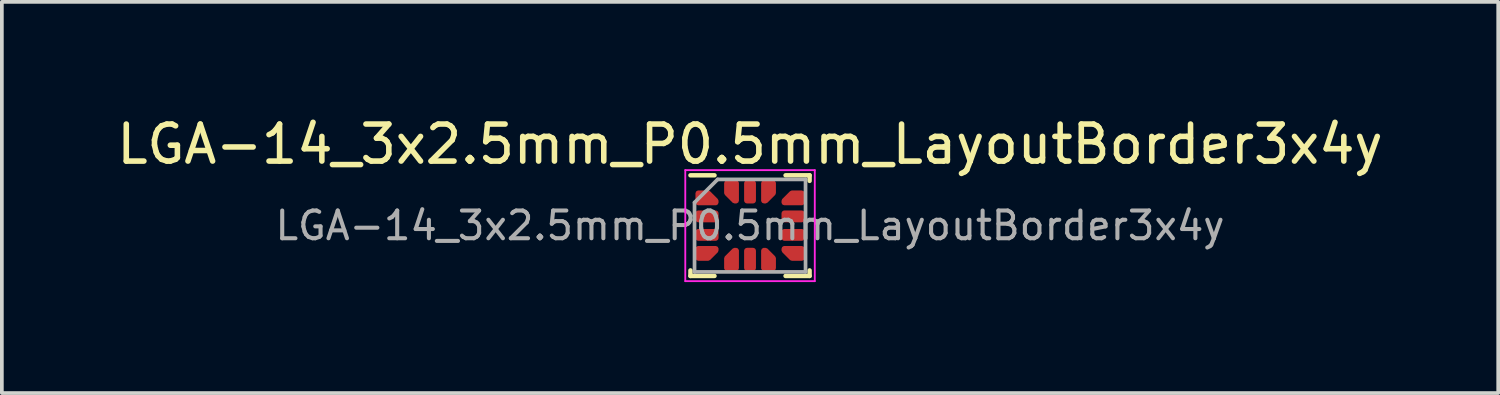
<source format=kicad_pcb>
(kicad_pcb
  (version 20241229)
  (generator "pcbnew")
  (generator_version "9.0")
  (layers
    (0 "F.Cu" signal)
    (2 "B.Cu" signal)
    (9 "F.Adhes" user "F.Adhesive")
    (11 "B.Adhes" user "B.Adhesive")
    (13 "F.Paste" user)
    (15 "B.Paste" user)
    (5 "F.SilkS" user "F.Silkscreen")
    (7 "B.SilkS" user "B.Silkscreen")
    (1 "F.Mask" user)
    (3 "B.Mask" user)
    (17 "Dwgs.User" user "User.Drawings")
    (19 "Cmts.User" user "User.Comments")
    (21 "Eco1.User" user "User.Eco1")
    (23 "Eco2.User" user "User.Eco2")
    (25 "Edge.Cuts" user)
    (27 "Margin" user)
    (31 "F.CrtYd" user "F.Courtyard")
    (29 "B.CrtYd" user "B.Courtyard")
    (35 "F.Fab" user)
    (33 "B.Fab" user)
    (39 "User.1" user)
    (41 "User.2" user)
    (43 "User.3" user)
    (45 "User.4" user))
  (footprint "LGA-14_3x2.5mm_P0.5mm_LayoutBorder3x4y"
    (layer "F.Cu")
    (at 17.22 3.048)
    (property "Reference" "LGA-14_3x2.5mm_P0.5mm_LayoutBorder3x4y" (at 0 -2.2 0) (layer "F.SilkS") (effects (font (size 1 1) (thickness 0.15))))
    (attr smd)
    (fp_line (start -1.61 1.36) (end -1.61 1.21) (stroke (width 0.12) (type solid)) (layer "F.SilkS"))
    (fp_line (start -0.96 -1.36) (end -1.61 -1.36) (stroke (width 0.12) (type solid)) (layer "F.SilkS"))
    (fp_line (start -0.96 1.36) (end -1.61 1.36) (stroke (width 0.12) (type solid)) (layer "F.SilkS"))
    (fp_line (start 0.96 -1.36) (end 1.61 -1.36) (stroke (width 0.12) (type solid)) (layer "F.SilkS"))
    (fp_line (start 0.96 1.36) (end 1.61 1.36) (stroke (width 0.12) (type solid)) (layer "F.SilkS"))
    (fp_line (start 1.61 -1.36) (end 1.61 -1.21) (stroke (width 0.12) (type solid)) (layer "F.SilkS"))
    (fp_line (start 1.61 1.36) (end 1.61 1.21) (stroke (width 0.12) (type solid)) (layer "F.SilkS"))
    (fp_line (start -1.75 -1.5) (end -1.75 1.5) (stroke (width 0.05) (type solid)) (layer "F.CrtYd"))
    (fp_line (start -1.75 1.5) (end 1.75 1.5) (stroke (width 0.05) (type solid)) (layer "F.CrtYd"))
    (fp_line (start 1.75 -1.5) (end -1.75 -1.5) (stroke (width 0.05) (type solid)) (layer "F.CrtYd"))
    (fp_line (start 1.75 1.5) (end 1.75 -1.5) (stroke (width 0.05) (type solid)) (layer "F.CrtYd"))
    (fp_line (start -1.5 -0.625) (end -0.875 -1.25) (stroke (width 0.1) (type solid)) (layer "F.Fab"))
    (fp_line (start -1.5 1.25) (end -1.5 -0.625) (stroke (width 0.1) (type solid)) (layer "F.Fab"))
    (fp_line (start -0.875 -1.25) (end 1.5 -1.25) (stroke (width 0.1) (type solid)) (layer "F.Fab"))
    (fp_line (start 1.5 -1.25) (end 1.5 1.25) (stroke (width 0.1) (type solid)) (layer "F.Fab"))
    (fp_line (start 1.5 1.25) (end -1.5 1.25) (stroke (width 0.1) (type solid)) (layer "F.Fab"))
    (fp_text user "${REFERENCE}" (at 0 0 0) (layer "F.Fab") (effects (font (size 0.75 0.75) (thickness 0.11))))
    (pad "1" smd custom (at -1.163 -0.75) (size 0.223 0.223) (layers "F.Cu" "F.Mask" "F.Paste") (options (anchor circle)) (primitives (gr_poly (pts (xy -0.237 -0.125) (xy 0.031 -0.125) (xy 0.237 0.081) (xy 0.237 0.125) (xy -0.237 0.125)) (width 0.15) (fill yes))))
    (pad "2" smd roundrect (at -1.163 -0.25) (size 0.625 0.32) (layers "F.Cu" "F.Mask" "F.Paste") (roundrect_rratio 0.25))
    (pad "3" smd roundrect (at -1.163 0.25) (size 0.625 0.32) (layers "F.Cu" "F.Mask" "F.Paste") (roundrect_rratio 0.25))
    (pad "4" smd custom (at -1.163 0.75) (size 0.223 0.223) (layers "F.Cu" "F.Mask" "F.Paste") (options (anchor circle)) (primitives (gr_poly (pts (xy -0.237 -0.125) (xy 0.237 -0.125) (xy 0.237 -0.081) (xy 0.031 0.125) (xy -0.237 0.125)) (width 0.15) (fill yes))))
    (pad "5" smd custom (at -0.5 0.912) (size 0.223 0.223) (layers "F.Cu" "F.Mask" "F.Paste") (options (anchor circle)) (primitives (gr_poly (pts (xy -0.125 -0.031) (xy 0.081 -0.237) (xy 0.125 -0.237) (xy 0.125 0.237) (xy -0.125 0.237)) (width 0.15) (fill yes))))
    (pad "6" smd roundrect (at 0 0.912) (size 0.32 0.625) (layers "F.Cu" "F.Mask" "F.Paste") (roundrect_rratio 0.25))
    (pad "7" smd custom (at 0.5 0.912) (size 0.223 0.223) (layers "F.Cu" "F.Mask" "F.Paste") (options (anchor circle)) (primitives (gr_poly (pts (xy -0.125 -0.237) (xy -0.081 -0.237) (xy 0.125 -0.031) (xy 0.125 0.237) (xy -0.125 0.237)) (width 0.15) (fill yes))))
    (pad "8" smd custom (at 1.163 0.75) (size 0.223 0.223) (layers "F.Cu" "F.Mask" "F.Paste") (options (anchor circle)) (primitives (gr_poly (pts (xy -0.237 -0.125) (xy 0.237 -0.125) (xy 0.237 0.125) (xy -0.031 0.125) (xy -0.237 -0.081)) (width 0.15) (fill yes))))
    (pad "9" smd roundrect (at 1.163 0.25) (size 0.625 0.32) (layers "F.Cu" "F.Mask" "F.Paste") (roundrect_rratio 0.25))
    (pad "10" smd roundrect (at 1.163 -0.25) (size 0.625 0.32) (layers "F.Cu" "F.Mask" "F.Paste") (roundrect_rratio 0.25))
    (pad "11" smd custom (at 1.163 -0.75) (size 0.223 0.223) (layers "F.Cu" "F.Mask" "F.Paste") (options (anchor circle)) (primitives (gr_poly (pts (xy -0.237 0.081) (xy -0.031 -0.125) (xy 0.237 -0.125) (xy 0.237 0.125) (xy -0.237 0.125)) (width 0.15) (fill yes))))
    (pad "12" smd custom (at 0.5 -0.912) (size 0.223 0.223) (layers "F.Cu" "F.Mask" "F.Paste") (options (anchor circle)) (primitives (gr_poly (pts (xy -0.125 -0.237) (xy 0.125 -0.237) (xy 0.125 0.031) (xy -0.081 0.237) (xy -0.125 0.237)) (width 0.15) (fill yes))))
    (pad "13" smd roundrect (at 0 -0.912) (size 0.32 0.625) (layers "F.Cu" "F.Mask" "F.Paste") (roundrect_rratio 0.25))
    (pad "14" smd custom (at -0.5 -0.912) (size 0.223 0.223) (layers "F.Cu" "F.Mask" "F.Paste") (options (anchor circle)) (primitives (gr_poly (pts (xy -0.125 -0.237) (xy 0.125 -0.237) (xy 0.125 0.237) (xy 0.081 0.237) (xy -0.125 0.031)) (width 0.15) (fill yes)))))
  (gr_rect
    (start -3 -3)
    (end 37.44 7.573)
    (stroke (width 0.1) (type default))
    (fill no)
    (layer "Edge.Cuts")))
</source>
